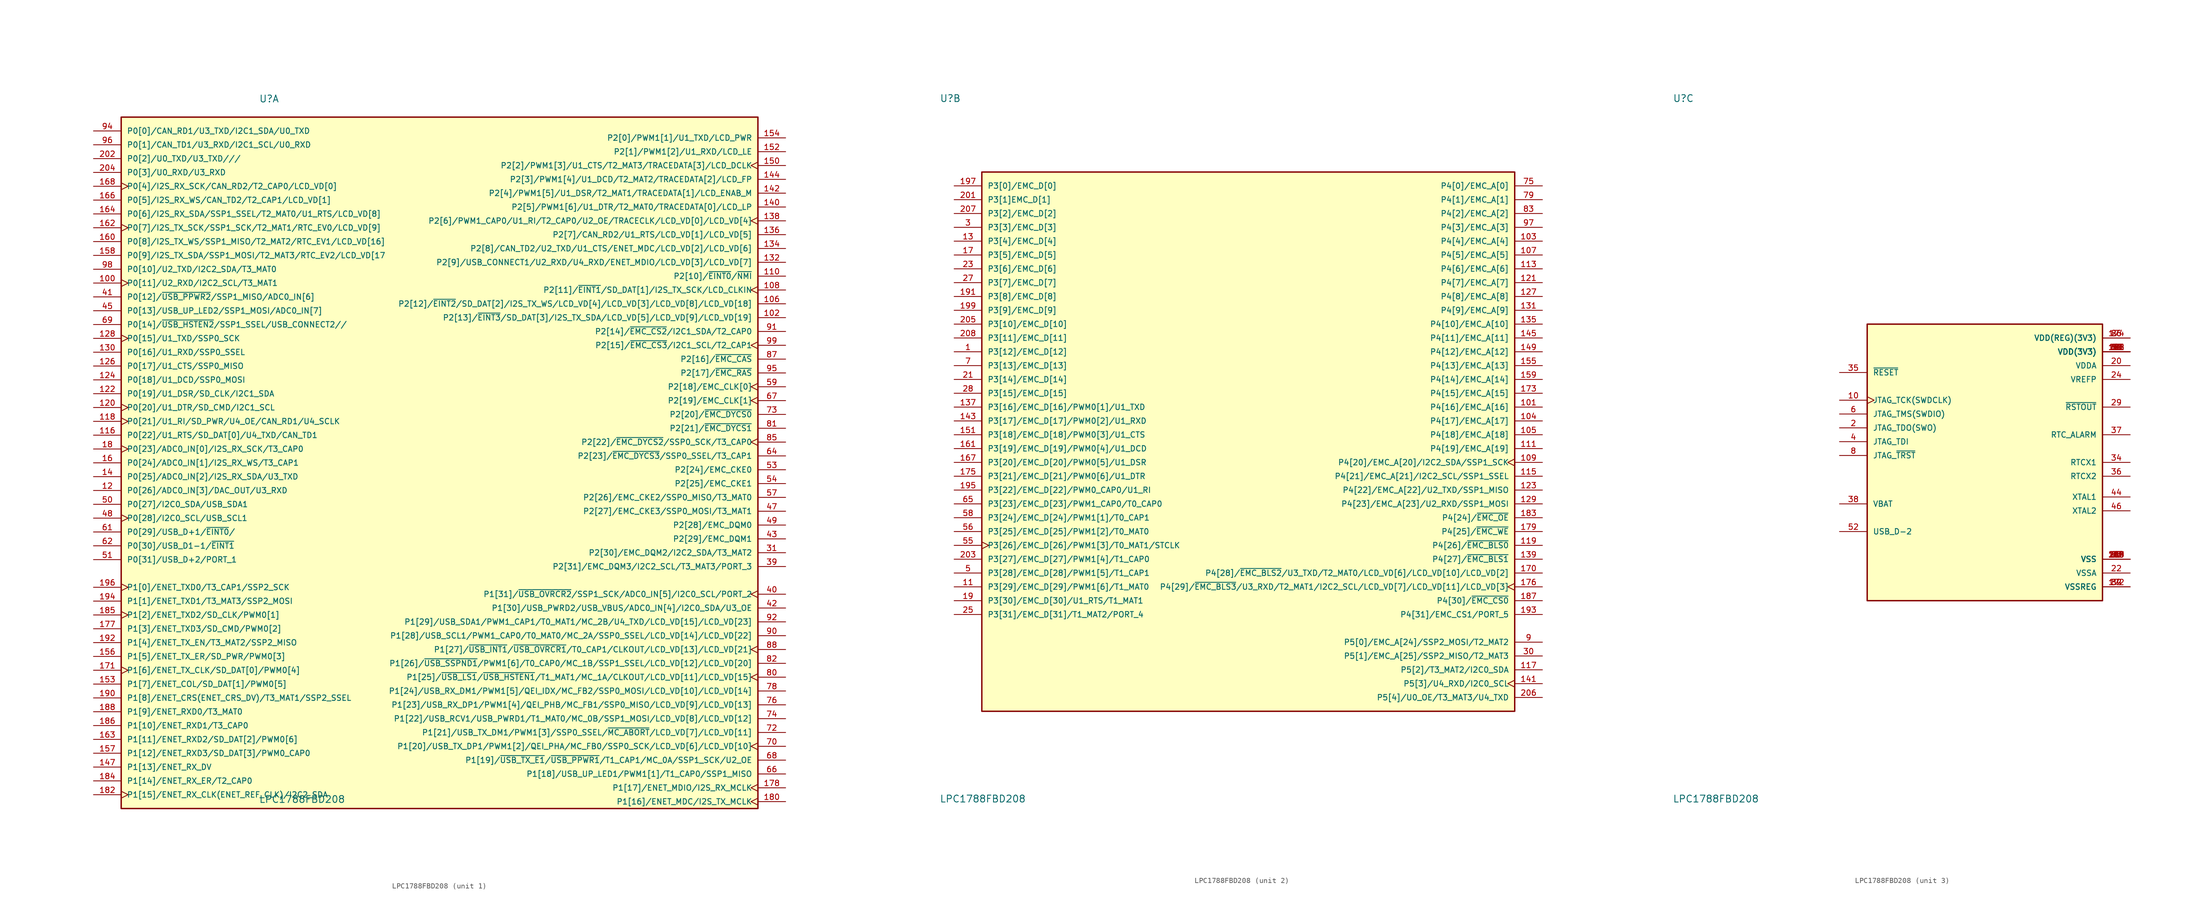
<source format=kicad_sym>
(kicad_symbol_lib
  (version 20231120)
  (generator "kicad_symbol_editor")
  (generator_version "8.0")
  (symbol "LPC1788FBD208"
    (pin_names
      (offset 1.016))
    (property "Reference" "U"
      (at -58.531 64.851 0)
      (effects (font (size 1.27 1.27)) (justify left bottom)))
    (property "Value" "LPC1788FBD208"
      (at -58.549 -62.332 0)
      (effects (font (size 1.27 1.27)) (justify left top)))
    (symbol "LPC1788FBD208_1_0"
      (rectangle (start -83.82 62.23) (end 33.02 -64.77) (stroke (width 0.254) (type default)) (fill (type background)))
      (pin bidirectional clock (at -88.9 31.75 0) (length 5.08) (name "P0[11]/U2_RXD/I2C2_SCL/T3_MAT1" (effects (font (size 1.016 1.016)))) (number "100" (effects (font (size 1.016 1.016)))))
      (pin bidirectional line (at 38.1 25.4 180) (length 5.08) (name "P2[13]/~{EINT3}/SD_DAT[3]/I2S_TX_SDA/LCD_VD[5]/LCD_VD[9]/LCD_VD[19]" (effects (font (size 1.016 1.016)))) (number "102" (effects (font (size 1.016 1.016)))))
      (pin bidirectional line (at 38.1 27.94 180) (length 5.08) (name "P2[12]/~{EINT2}/SD_DAT[2]/I2S_TX_WS/LCD_VD[4]/LCD_VD[3]/LCD_VD[8]/LCD_VD[18]" (effects (font (size 1.016 1.016)))) (number "106" (effects (font (size 1.016 1.016)))))
      (pin bidirectional clock (at 38.1 30.48 180) (length 5.08) (name "P2[11]/~{EINT1}/SD_DAT[1]/I2S_TX_SCK/LCD_CLKIN" (effects (font (size 1.016 1.016)))) (number "108" (effects (font (size 1.016 1.016)))))
      (pin bidirectional line (at 38.1 33.02 180) (length 5.08) (name "P2[10]/~{EINT0}/~{NMI}" (effects (font (size 1.016 1.016)))) (number "110" (effects (font (size 1.016 1.016)))))
      (pin bidirectional line (at -88.9 3.81 0) (length 5.08) (name "P0[22]/U1_RTS/SD_DAT[0]/U4_TXD/CAN_TD1" (effects (font (size 1.016 1.016)))) (number "116" (effects (font (size 1.016 1.016)))))
      (pin bidirectional clock (at -88.9 6.35 0) (length 5.08) (name "P0[21]/U1_RI/SD_PWR/U4_OE/CAN_RD1/U4_SCLK" (effects (font (size 1.016 1.016)))) (number "118" (effects (font (size 1.016 1.016)))))
      (pin bidirectional line (at -88.9 -6.35 0) (length 5.08) (name "P0[26]/ADC0_IN[3]/DAC_OUT/U3_RXD" (effects (font (size 1.016 1.016)))) (number "12" (effects (font (size 1.016 1.016)))))
      (pin bidirectional clock (at -88.9 8.89 0) (length 5.08) (name "P0[20]/U1_DTR/SD_CMD/I2C1_SCL" (effects (font (size 1.016 1.016)))) (number "120" (effects (font (size 1.016 1.016)))))
      (pin bidirectional line (at -88.9 11.43 0) (length 5.08) (name "P0[19]/U1_DSR/SD_CLK/I2C1_SDA" (effects (font (size 1.016 1.016)))) (number "122" (effects (font (size 1.016 1.016)))))
      (pin bidirectional line (at -88.9 13.97 0) (length 5.08) (name "P0[18]/U1_DCD/SSP0_MOSI" (effects (font (size 1.016 1.016)))) (number "124" (effects (font (size 1.016 1.016)))))
      (pin bidirectional line (at -88.9 16.51 0) (length 5.08) (name "P0[17]/U1_CTS/SSP0_MISO" (effects (font (size 1.016 1.016)))) (number "126" (effects (font (size 1.016 1.016)))))
      (pin bidirectional clock (at -88.9 21.59 0) (length 5.08) (name "P0[15]/U1_TXD/SSP0_SCK" (effects (font (size 1.016 1.016)))) (number "128" (effects (font (size 1.016 1.016)))))
      (pin bidirectional line (at -88.9 19.05 0) (length 5.08) (name "P0[16]/U1_RXD/SSP0_SSEL" (effects (font (size 1.016 1.016)))) (number "130" (effects (font (size 1.016 1.016)))))
      (pin bidirectional line (at 38.1 35.56 180) (length 5.08) (name "P2[9]/USB_CONNECT1/U2_RXD/U4_RXD/ENET_MDIO/LCD_VD[3]/LCD_VD[7]" (effects (font (size 1.016 1.016)))) (number "132" (effects (font (size 1.016 1.016)))))
      (pin bidirectional line (at 38.1 38.1 180) (length 5.08) (name "P2[8]/CAN_TD2/U2_TXD/U1_CTS/ENET_MDC/LCD_VD[2]/LCD_VD[6]" (effects (font (size 1.016 1.016)))) (number "134" (effects (font (size 1.016 1.016)))))
      (pin bidirectional line (at 38.1 40.64 180) (length 5.08) (name "P2[7]/CAN_RD2/U1_RTS/LCD_VD[1]/LCD_VD[5]" (effects (font (size 1.016 1.016)))) (number "136" (effects (font (size 1.016 1.016)))))
      (pin bidirectional clock (at 38.1 43.18 180) (length 5.08) (name "P2[6]/PWM1_CAP0/U1_RI/T2_CAP0/U2_OE/TRACECLK/LCD_VD[0]/LCD_VD[4]" (effects (font (size 1.016 1.016)))) (number "138" (effects (font (size 1.016 1.016)))))
      (pin bidirectional line (at -88.9 -3.81 0) (length 5.08) (name "P0[25]/ADC0_IN[2]/I2S_RX_SDA/U3_TXD" (effects (font (size 1.016 1.016)))) (number "14" (effects (font (size 1.016 1.016)))))
      (pin bidirectional line (at 38.1 45.72 180) (length 5.08) (name "P2[5]/PWM1[6]/U1_DTR/T2_MAT0/TRACEDATA[0]/LCD_LP" (effects (font (size 1.016 1.016)))) (number "140" (effects (font (size 1.016 1.016)))))
      (pin bidirectional line (at 38.1 48.26 180) (length 5.08) (name "P2[4]/PWM1[5]/U1_DSR/T2_MAT1/TRACEDATA[1]/LCD_ENAB_M" (effects (font (size 1.016 1.016)))) (number "142" (effects (font (size 1.016 1.016)))))
      (pin bidirectional line (at 38.1 50.8 180) (length 5.08) (name "P2[3]/PWM1[4]/U1_DCD/T2_MAT2/TRACEDATA[2]/LCD_FP" (effects (font (size 1.016 1.016)))) (number "144" (effects (font (size 1.016 1.016)))))
      (pin bidirectional line (at -88.9 -57.15 0) (length 5.08) (name "P1[13]/ENET_RX_DV" (effects (font (size 1.016 1.016)))) (number "147" (effects (font (size 1.016 1.016)))))
      (pin bidirectional clock (at 38.1 53.34 180) (length 5.08) (name "P2[2]/PWM1[3]/U1_CTS/T2_MAT3/TRACEDATA[3]/LCD_DCLK" (effects (font (size 1.016 1.016)))) (number "150" (effects (font (size 1.016 1.016)))))
      (pin bidirectional line (at 38.1 55.88 180) (length 5.08) (name "P2[1]/PWM1[2]/U1_RXD/LCD_LE" (effects (font (size 1.016 1.016)))) (number "152" (effects (font (size 1.016 1.016)))))
      (pin bidirectional line (at -88.9 -41.91 0) (length 5.08) (name "P1[7]/ENET_COL/SD_DAT[1]/PWM0[5]" (effects (font (size 1.016 1.016)))) (number "153" (effects (font (size 1.016 1.016)))))
      (pin bidirectional line (at 38.1 58.42 180) (length 5.08) (name "P2[0]/PWM1[1]/U1_TXD/LCD_PWR" (effects (font (size 1.016 1.016)))) (number "154" (effects (font (size 1.016 1.016)))))
      (pin bidirectional line (at -88.9 -36.83 0) (length 5.08) (name "P1[5]/ENET_TX_ER/SD_PWR/PWM0[3]" (effects (font (size 1.016 1.016)))) (number "156" (effects (font (size 1.016 1.016)))))
      (pin bidirectional line (at -88.9 -54.61 0) (length 5.08) (name "P1[12]/ENET_RXD3/SD_DAT[3]/PWM0_CAP0" (effects (font (size 1.016 1.016)))) (number "157" (effects (font (size 1.016 1.016)))))
      (pin bidirectional line (at -88.9 36.83 0) (length 5.08) (name "P0[9]/I2S_TX_SDA/SSP1_MOSI/T2_MAT3/RTC_EV2/LCD_VD[17" (effects (font (size 1.016 1.016)))) (number "158" (effects (font (size 1.016 1.016)))))
      (pin bidirectional line (at -88.9 -1.27 0) (length 5.08) (name "P0[24]/ADC0_IN[1]/I2S_RX_WS/T3_CAP1" (effects (font (size 1.016 1.016)))) (number "16" (effects (font (size 1.016 1.016)))))
      (pin bidirectional line (at -88.9 39.37 0) (length 5.08) (name "P0[8]/I2S_TX_WS/SSP1_MISO/T2_MAT2/RTC_EV1/LCD_VD[16]" (effects (font (size 1.016 1.016)))) (number "160" (effects (font (size 1.016 1.016)))))
      (pin bidirectional clock (at -88.9 41.91 0) (length 5.08) (name "P0[7]/I2S_TX_SCK/SSP1_SCK/T2_MAT1/RTC_EV0/LCD_VD[9]" (effects (font (size 1.016 1.016)))) (number "162" (effects (font (size 1.016 1.016)))))
      (pin bidirectional line (at -88.9 -52.07 0) (length 5.08) (name "P1[11]/ENET_RXD2/SD_DAT[2]/PWM0[6]" (effects (font (size 1.016 1.016)))) (number "163" (effects (font (size 1.016 1.016)))))
      (pin bidirectional line (at -88.9 44.45 0) (length 5.08) (name "P0[6]/I2S_RX_SDA/SSP1_SSEL/T2_MAT0/U1_RTS/LCD_VD[8]" (effects (font (size 1.016 1.016)))) (number "164" (effects (font (size 1.016 1.016)))))
      (pin bidirectional line (at -88.9 46.99 0) (length 5.08) (name "P0[5]/I2S_RX_WS/CAN_TD2/T2_CAP1/LCD_VD[1]" (effects (font (size 1.016 1.016)))) (number "166" (effects (font (size 1.016 1.016)))))
      (pin bidirectional clock (at -88.9 49.53 0) (length 5.08) (name "P0[4]/I2S_RX_SCK/CAN_RD2/T2_CAP0/LCD_VD[0]" (effects (font (size 1.016 1.016)))) (number "168" (effects (font (size 1.016 1.016)))))
      (pin bidirectional clock (at -88.9 -39.37 0) (length 5.08) (name "P1[6]/ENET_TX_CLK/SD_DAT[0]/PWM0[4]" (effects (font (size 1.016 1.016)))) (number "171" (effects (font (size 1.016 1.016)))))
      (pin bidirectional line (at -88.9 -31.75 0) (length 5.08) (name "P1[3]/ENET_TXD3/SD_CMD/PWM0[2]" (effects (font (size 1.016 1.016)))) (number "177" (effects (font (size 1.016 1.016)))))
      (pin bidirectional clock (at 38.1 -60.96 180) (length 5.08) (name "P1[17]/ENET_MDIO/I2S_RX_MCLK" (effects (font (size 1.016 1.016)))) (number "178" (effects (font (size 1.016 1.016)))))
      (pin bidirectional clock (at -88.9 1.27 0) (length 5.08) (name "P0[23]/ADC0_IN[0]/I2S_RX_SCK/T3_CAP0" (effects (font (size 1.016 1.016)))) (number "18" (effects (font (size 1.016 1.016)))))
      (pin bidirectional clock (at 38.1 -63.5 180) (length 5.08) (name "P1[16]/ENET_MDC/I2S_TX_MCLK" (effects (font (size 1.016 1.016)))) (number "180" (effects (font (size 1.016 1.016)))))
      (pin bidirectional clock (at -88.9 -62.23 0) (length 5.08) (name "P1[15]/ENET_RX_CLK(ENET_REF_CLK)/I2C2_SDA" (effects (font (size 1.016 1.016)))) (number "182" (effects (font (size 1.016 1.016)))))
      (pin bidirectional line (at -88.9 -59.69 0) (length 5.08) (name "P1[14]/ENET_RX_ER/T2_CAP0" (effects (font (size 1.016 1.016)))) (number "184" (effects (font (size 1.016 1.016)))))
      (pin bidirectional clock (at -88.9 -29.21 0) (length 5.08) (name "P1[2]/ENET_TXD2/SD_CLK/PWM0[1]" (effects (font (size 1.016 1.016)))) (number "185" (effects (font (size 1.016 1.016)))))
      (pin bidirectional line (at -88.9 -49.53 0) (length 5.08) (name "P1[10]/ENET_RXD1/T3_CAP0" (effects (font (size 1.016 1.016)))) (number "186" (effects (font (size 1.016 1.016)))))
      (pin bidirectional line (at -88.9 -46.99 0) (length 5.08) (name "P1[9]/ENET_RXD0/T3_MAT0" (effects (font (size 1.016 1.016)))) (number "188" (effects (font (size 1.016 1.016)))))
      (pin bidirectional line (at -88.9 -44.45 0) (length 5.08) (name "P1[8]/ENET_CRS(ENET_CRS_DV)/T3_MAT1/SSP2_SSEL" (effects (font (size 1.016 1.016)))) (number "190" (effects (font (size 1.016 1.016)))))
      (pin bidirectional line (at -88.9 -34.29 0) (length 5.08) (name "P1[4]/ENET_TX_EN/T3_MAT2/SSP2_MISO" (effects (font (size 1.016 1.016)))) (number "192" (effects (font (size 1.016 1.016)))))
      (pin bidirectional line (at -88.9 -26.67 0) (length 5.08) (name "P1[1]/ENET_TXD1/T3_MAT3/SSP2_MOSI" (effects (font (size 1.016 1.016)))) (number "194" (effects (font (size 1.016 1.016)))))
      (pin bidirectional clock (at -88.9 -24.13 0) (length 5.08) (name "P1[0]/ENET_TXD0/T3_CAP1/SSP2_SCK" (effects (font (size 1.016 1.016)))) (number "196" (effects (font (size 1.016 1.016)))))
      (pin bidirectional line (at -88.9 54.61 0) (length 5.08) (name "P0[2]/U0_TXD/U3_TXD///" (effects (font (size 1.016 1.016)))) (number "202" (effects (font (size 1.016 1.016)))))
      (pin bidirectional line (at -88.9 52.07 0) (length 5.08) (name "P0[3]/U0_RXD/U3_RXD" (effects (font (size 1.016 1.016)))) (number "204" (effects (font (size 1.016 1.016)))))
      (pin bidirectional line (at 38.1 -17.78 180) (length 5.08) (name "P2[30]/EMC_DQM2/I2C2_SDA/T3_MAT2" (effects (font (size 1.016 1.016)))) (number "31" (effects (font (size 1.016 1.016)))))
      (pin bidirectional line (at 38.1 -20.32 180) (length 5.08) (name "P2[31]/EMC_DQM3/I2C2_SCL/T3_MAT3/PORT_3" (effects (font (size 1.016 1.016)))) (number "39" (effects (font (size 1.016 1.016)))))
      (pin bidirectional clock (at 38.1 -25.4 180) (length 5.08) (name "P1[31]/~{USB_OVRCR2}/SSP1_SCK/ADC0_IN[5]/I2C0_SCL/PORT_2" (effects (font (size 1.016 1.016)))) (number "40" (effects (font (size 1.016 1.016)))))
      (pin bidirectional line (at -88.9 29.21 0) (length 5.08) (name "P0[12]/~{USB_PPWR2}/SSP1_MISO/ADC0_IN[6]" (effects (font (size 1.016 1.016)))) (number "41" (effects (font (size 1.016 1.016)))))
      (pin bidirectional line (at 38.1 -27.94 180) (length 5.08) (name "P1[30]/USB_PWRD2/USB_VBUS/ADC0_IN[4]/I2C0_SDA/U3_OE" (effects (font (size 1.016 1.016)))) (number "42" (effects (font (size 1.016 1.016)))))
      (pin bidirectional line (at 38.1 -15.24 180) (length 5.08) (name "P2[29]/EMC_DQM1" (effects (font (size 1.016 1.016)))) (number "43" (effects (font (size 1.016 1.016)))))
      (pin bidirectional line (at -88.9 26.67 0) (length 5.08) (name "P0[13]/USB_UP_LED2/SSP1_MOSI/ADC0_IN[7]" (effects (font (size 1.016 1.016)))) (number "45" (effects (font (size 1.016 1.016)))))
      (pin bidirectional line (at 38.1 -10.16 180) (length 5.08) (name "P2[27]/EMC_CKE3/SSP0_MOSI/T3_MAT1" (effects (font (size 1.016 1.016)))) (number "47" (effects (font (size 1.016 1.016)))))
      (pin bidirectional clock (at -88.9 -11.43 0) (length 5.08) (name "P0[28]/I2C0_SCL/USB_SCL1" (effects (font (size 1.016 1.016)))) (number "48" (effects (font (size 1.016 1.016)))))
      (pin bidirectional line (at 38.1 -12.7 180) (length 5.08) (name "P2[28]/EMC_DQM0" (effects (font (size 1.016 1.016)))) (number "49" (effects (font (size 1.016 1.016)))))
      (pin bidirectional line (at -88.9 -8.89 0) (length 5.08) (name "P0[27]/I2C0_SDA/USB_SDA1" (effects (font (size 1.016 1.016)))) (number "50" (effects (font (size 1.016 1.016)))))
      (pin bidirectional line (at -88.9 -19.05 0) (length 5.08) (name "P0[31]/USB_D+2/PORT_1" (effects (font (size 1.016 1.016)))) (number "51" (effects (font (size 1.016 1.016)))))
      (pin bidirectional line (at 38.1 -2.54 180) (length 5.08) (name "P2[24]/EMC_CKE0" (effects (font (size 1.016 1.016)))) (number "53" (effects (font (size 1.016 1.016)))))
      (pin bidirectional line (at 38.1 -5.08 180) (length 5.08) (name "P2[25]/EMC_CKE1" (effects (font (size 1.016 1.016)))) (number "54" (effects (font (size 1.016 1.016)))))
      (pin bidirectional line (at 38.1 -7.62 180) (length 5.08) (name "P2[26]/EMC_CKE2/SSP0_MISO/T3_MAT0" (effects (font (size 1.016 1.016)))) (number "57" (effects (font (size 1.016 1.016)))))
      (pin bidirectional clock (at 38.1 12.7 180) (length 5.08) (name "P2[18]/EMC_CLK[0]" (effects (font (size 1.016 1.016)))) (number "59" (effects (font (size 1.016 1.016)))))
      (pin bidirectional line (at -88.9 -13.97 0) (length 5.08) (name "P0[29]/USB_D+1/~{EINT0}/" (effects (font (size 1.016 1.016)))) (number "61" (effects (font (size 1.016 1.016)))))
      (pin bidirectional line (at -88.9 -16.51 0) (length 5.08) (name "P0[30]/USB_D1-1/~{EINT1}" (effects (font (size 1.016 1.016)))) (number "62" (effects (font (size 1.016 1.016)))))
      (pin bidirectional line (at 38.1 0 180) (length 5.08) (name "P2[23]/~{EMC_DYCS3}/SSP0_SSEL/T3_CAP1" (effects (font (size 1.016 1.016)))) (number "64" (effects (font (size 1.016 1.016)))))
      (pin bidirectional line (at 38.1 -58.42 180) (length 5.08) (name "P1[18]/USB_UP_LED1/PWM1[1]/T1_CAP0/SSP1_MISO" (effects (font (size 1.016 1.016)))) (number "66" (effects (font (size 1.016 1.016)))))
      (pin bidirectional clock (at 38.1 10.16 180) (length 5.08) (name "P2[19]/EMC_CLK[1]" (effects (font (size 1.016 1.016)))) (number "67" (effects (font (size 1.016 1.016)))))
      (pin bidirectional line (at 38.1 -55.88 180) (length 5.08) (name "P1[19]/~{USB_TX_E1}/~{USB_PPWR1}/T1_CAP1/MC_0A/SSP1_SCK/U2_OE" (effects (font (size 1.016 1.016)))) (number "68" (effects (font (size 1.016 1.016)))))
      (pin bidirectional line (at -88.9 24.13 0) (length 5.08) (name "P0[14]/~{USB_HSTEN2}/SSP1_SSEL/USB_CONNECT2//" (effects (font (size 1.016 1.016)))) (number "69" (effects (font (size 1.016 1.016)))))
      (pin bidirectional clock (at 38.1 -53.34 180) (length 5.08) (name "P1[20]/USB_TX_DP1/PWM1[2]/QEI_PHA/MC_FB0/SSP0_SCK/LCD_VD[6]/LCD_VD[10]" (effects (font (size 1.016 1.016)))) (number "70" (effects (font (size 1.016 1.016)))))
      (pin bidirectional line (at 38.1 -50.8 180) (length 5.08) (name "P1[21]/USB_TX_DM1/PWM1[3]/SSP0_SSEL/~{MC_ABORT}/LCD_VD[7]/LCD_VD[11]" (effects (font (size 1.016 1.016)))) (number "72" (effects (font (size 1.016 1.016)))))
      (pin bidirectional line (at 38.1 7.62 180) (length 5.08) (name "P2[20]/~{EMC_DYCS0}" (effects (font (size 1.016 1.016)))) (number "73" (effects (font (size 1.016 1.016)))))
      (pin bidirectional line (at 38.1 -48.26 180) (length 5.08) (name "P1[22]/USB_RCV1/USB_PWRD1/T1_MAT0/MC_0B/SSP1_MOSI/LCD_VD[8]/LCD_VD[12]" (effects (font (size 1.016 1.016)))) (number "74" (effects (font (size 1.016 1.016)))))
      (pin bidirectional line (at 38.1 -45.72 180) (length 5.08) (name "P1[23]/USB_RX_DP1/PWM1[4]/QEI_PHB/MC_FB1/SSP0_MISO/LCD_VD[9]/LCD_VD[13]" (effects (font (size 1.016 1.016)))) (number "76" (effects (font (size 1.016 1.016)))))
      (pin bidirectional line (at 38.1 -43.18 180) (length 5.08) (name "P1[24]/USB_RX_DM1/PWM1[5]/QEI_IDX/MC_FB2/SSP0_MOSI/LCD_VD[10]/LCD_VD[14]" (effects (font (size 1.016 1.016)))) (number "78" (effects (font (size 1.016 1.016)))))
      (pin bidirectional clock (at 38.1 -40.64 180) (length 5.08) (name "P1[25]/~{USB_LS1}/~{USB_HSTEN1}/T1_MAT1/MC_1A/CLKOUT/LCD_VD[11]/LCD_VD[15]" (effects (font (size 1.016 1.016)))) (number "80" (effects (font (size 1.016 1.016)))))
      (pin bidirectional line (at 38.1 5.08 180) (length 5.08) (name "P2[21]/~{EMC_DYCS1}" (effects (font (size 1.016 1.016)))) (number "81" (effects (font (size 1.016 1.016)))))
      (pin bidirectional line (at 38.1 -38.1 180) (length 5.08) (name "P1[26]/~{USB_SSPND1}/PWM1[6]/T0_CAP0/MC_1B/SSP1_SSEL/LCD_VD[12]/LCD_VD[20]" (effects (font (size 1.016 1.016)))) (number "82" (effects (font (size 1.016 1.016)))))
      (pin bidirectional clock (at 38.1 2.54 180) (length 5.08) (name "P2[22]/~{EMC_DYCS2}/SSP0_SCK/T3_CAP0" (effects (font (size 1.016 1.016)))) (number "85" (effects (font (size 1.016 1.016)))))
      (pin bidirectional line (at 38.1 17.78 180) (length 5.08) (name "P2[16]/~{EMC_CAS}" (effects (font (size 1.016 1.016)))) (number "87" (effects (font (size 1.016 1.016)))))
      (pin bidirectional clock (at 38.1 -35.56 180) (length 5.08) (name "P1[27]/~{USB_INT1}/~{USB_OVRCR1}/T0_CAP1/CLKOUT/LCD_VD[13]/LCD_VD[21]" (effects (font (size 1.016 1.016)))) (number "88" (effects (font (size 1.016 1.016)))))
      (pin bidirectional line (at 38.1 -33.02 180) (length 5.08) (name "P1[28]/USB_SCL1/PWM1_CAP0/T0_MAT0/MC_2A/SSP0_SSEL/LCD_VD[14]/LCD_VD[22]" (effects (font (size 1.016 1.016)))) (number "90" (effects (font (size 1.016 1.016)))))
      (pin bidirectional line (at 38.1 22.86 180) (length 5.08) (name "P2[14]/~{EMC_CS2}/I2C1_SDA/T2_CAP0" (effects (font (size 1.016 1.016)))) (number "91" (effects (font (size 1.016 1.016)))))
      (pin bidirectional line (at 38.1 -30.48 180) (length 5.08) (name "P1[29]/USB_SDA1/PWM1_CAP1/T0_MAT1/MC_2B/U4_TXD/LCD_VD[15]/LCD_VD[23]" (effects (font (size 1.016 1.016)))) (number "92" (effects (font (size 1.016 1.016)))))
      (pin bidirectional line (at -88.9 59.69 0) (length 5.08) (name "P0[0]/CAN_RD1/U3_TXD/I2C1_SDA/U0_TXD" (effects (font (size 1.016 1.016)))) (number "94" (effects (font (size 1.016 1.016)))))
      (pin bidirectional line (at 38.1 15.24 180) (length 5.08) (name "P2[17]/~{EMC_RAS}" (effects (font (size 1.016 1.016)))) (number "95" (effects (font (size 1.016 1.016)))))
      (pin bidirectional line (at -88.9 57.15 0) (length 5.08) (name "P0[1]/CAN_TD1/U3_RXD/I2C1_SCL/U0_RXD" (effects (font (size 1.016 1.016)))) (number "96" (effects (font (size 1.016 1.016)))))
      (pin bidirectional line (at -88.9 34.29 0) (length 5.08) (name "P0[10]/U2_TXD/I2C2_SDA/T3_MAT0" (effects (font (size 1.016 1.016)))) (number "98" (effects (font (size 1.016 1.016)))))
      (pin bidirectional clock (at 38.1 20.32 180) (length 5.08) (name "P2[15]/~{EMC_CS3}/I2C1_SCL/T2_CAP1" (effects (font (size 1.016 1.016)))) (number "99" (effects (font (size 1.016 1.016))))))
    (symbol "LPC1788FBD208_2_0"
      (rectangle (start -50.8 52.07) (end 46.99 -46.99) (stroke (width 0.254) (type default)) (fill (type background)))
      (pin bidirectional line (at -55.88 19.05 0) (length 5.08) (name "P3[12]/EMC_D[12]" (effects (font (size 1.016 1.016)))) (number "1" (effects (font (size 1.016 1.016)))))
      (pin bidirectional line (at 52.07 8.89 180) (length 5.08) (name "P4[16]/EMC_A[16]" (effects (font (size 1.016 1.016)))) (number "101" (effects (font (size 1.016 1.016)))))
      (pin bidirectional line (at 52.07 39.37 180) (length 5.08) (name "P4[4]/EMC_A[4]" (effects (font (size 1.016 1.016)))) (number "103" (effects (font (size 1.016 1.016)))))
      (pin bidirectional line (at 52.07 6.35 180) (length 5.08) (name "P4[17]/EMC_A[17]" (effects (font (size 1.016 1.016)))) (number "104" (effects (font (size 1.016 1.016)))))
      (pin bidirectional line (at 52.07 3.81 180) (length 5.08) (name "P4[18]/EMC_A[18]" (effects (font (size 1.016 1.016)))) (number "105" (effects (font (size 1.016 1.016)))))
      (pin bidirectional line (at 52.07 36.83 180) (length 5.08) (name "P4[5]/EMC_A[5]" (effects (font (size 1.016 1.016)))) (number "107" (effects (font (size 1.016 1.016)))))
      (pin bidirectional clock (at 52.07 -1.27 180) (length 5.08) (name "P4[20]/EMC_A[20]/I2C2_SDA/SSP1_SCK" (effects (font (size 1.016 1.016)))) (number "109" (effects (font (size 1.016 1.016)))))
      (pin bidirectional line (at -55.88 -24.13 0) (length 5.08) (name "P3[29]/EMC_D[29]/PWM1[6]/T1_MAT0" (effects (font (size 1.016 1.016)))) (number "11" (effects (font (size 1.016 1.016)))))
      (pin bidirectional line (at 52.07 1.27 180) (length 5.08) (name "P4[19]/EMC_A[19]" (effects (font (size 1.016 1.016)))) (number "111" (effects (font (size 1.016 1.016)))))
      (pin bidirectional line (at 52.07 34.29 180) (length 5.08) (name "P4[6]/EMC_A[6]" (effects (font (size 1.016 1.016)))) (number "113" (effects (font (size 1.016 1.016)))))
      (pin bidirectional line (at 52.07 -3.81 180) (length 5.08) (name "P4[21]/EMC_A[21]/I2C2_SCL/SSP1_SSEL" (effects (font (size 1.016 1.016)))) (number "115" (effects (font (size 1.016 1.016)))))
      (pin bidirectional line (at 52.07 -39.37 180) (length 5.08) (name "P5[2]/T3_MAT2/I2C0_SDA" (effects (font (size 1.016 1.016)))) (number "117" (effects (font (size 1.016 1.016)))))
      (pin bidirectional line (at 52.07 -16.51 180) (length 5.08) (name "P4[26]/~{EMC_BLS0}" (effects (font (size 1.016 1.016)))) (number "119" (effects (font (size 1.016 1.016)))))
      (pin bidirectional line (at 52.07 31.75 180) (length 5.08) (name "P4[7]/EMC_A[7]" (effects (font (size 1.016 1.016)))) (number "121" (effects (font (size 1.016 1.016)))))
      (pin bidirectional line (at 52.07 -6.35 180) (length 5.08) (name "P4[22]/EMC_A[22]/U2_TXD/SSP1_MISO" (effects (font (size 1.016 1.016)))) (number "123" (effects (font (size 1.016 1.016)))))
      (pin bidirectional line (at 52.07 29.21 180) (length 5.08) (name "P4[8]/EMC_A[8]" (effects (font (size 1.016 1.016)))) (number "127" (effects (font (size 1.016 1.016)))))
      (pin bidirectional line (at 52.07 -8.89 180) (length 5.08) (name "P4[23]/EMC_A[23]/U2_RXD/SSP1_MOSI" (effects (font (size 1.016 1.016)))) (number "129" (effects (font (size 1.016 1.016)))))
      (pin bidirectional line (at -55.88 39.37 0) (length 5.08) (name "P3[4]/EMC_D[4]" (effects (font (size 1.016 1.016)))) (number "13" (effects (font (size 1.016 1.016)))))
      (pin bidirectional line (at 52.07 26.67 180) (length 5.08) (name "P4[9]/EMC_A[9]" (effects (font (size 1.016 1.016)))) (number "131" (effects (font (size 1.016 1.016)))))
      (pin bidirectional line (at 52.07 24.13 180) (length 5.08) (name "P4[10]/EMC_A[10]" (effects (font (size 1.016 1.016)))) (number "135" (effects (font (size 1.016 1.016)))))
      (pin bidirectional line (at -55.88 8.89 0) (length 5.08) (name "P3[16]/EMC_D[16]/PWM0[1]/U1_TXD" (effects (font (size 1.016 1.016)))) (number "137" (effects (font (size 1.016 1.016)))))
      (pin bidirectional line (at 52.07 -19.05 180) (length 5.08) (name "P4[27]/~{EMC_BLS1}" (effects (font (size 1.016 1.016)))) (number "139" (effects (font (size 1.016 1.016)))))
      (pin bidirectional clock (at 52.07 -41.91 180) (length 5.08) (name "P5[3]/U4_RXD/I2C0_SCL" (effects (font (size 1.016 1.016)))) (number "141" (effects (font (size 1.016 1.016)))))
      (pin bidirectional line (at -55.88 6.35 0) (length 5.08) (name "P3[17]/EMC_D[17]/PWM0[2]/U1_RXD" (effects (font (size 1.016 1.016)))) (number "143" (effects (font (size 1.016 1.016)))))
      (pin bidirectional line (at 52.07 21.59 180) (length 5.08) (name "P4[11]/EMC_A[11]" (effects (font (size 1.016 1.016)))) (number "145" (effects (font (size 1.016 1.016)))))
      (pin bidirectional line (at 52.07 19.05 180) (length 5.08) (name "P4[12]/EMC_A[12]" (effects (font (size 1.016 1.016)))) (number "149" (effects (font (size 1.016 1.016)))))
      (pin bidirectional line (at -55.88 3.81 0) (length 5.08) (name "P3[18]/EMC_D[18]/PWM0[3]/U1_CTS" (effects (font (size 1.016 1.016)))) (number "151" (effects (font (size 1.016 1.016)))))
      (pin bidirectional line (at 52.07 16.51 180) (length 5.08) (name "P4[13]/EMC_A[13]" (effects (font (size 1.016 1.016)))) (number "155" (effects (font (size 1.016 1.016)))))
      (pin bidirectional line (at 52.07 13.97 180) (length 5.08) (name "P4[14]/EMC_A[14]" (effects (font (size 1.016 1.016)))) (number "159" (effects (font (size 1.016 1.016)))))
      (pin bidirectional line (at -55.88 1.27 0) (length 5.08) (name "P3[19]/EMC_D[19]/PWM0[4]/U1_DCD" (effects (font (size 1.016 1.016)))) (number "161" (effects (font (size 1.016 1.016)))))
      (pin bidirectional line (at -55.88 -1.27 0) (length 5.08) (name "P3[20]/EMC_D[20]/PWM0[5]/U1_DSR" (effects (font (size 1.016 1.016)))) (number "167" (effects (font (size 1.016 1.016)))))
      (pin bidirectional line (at -55.88 36.83 0) (length 5.08) (name "P3[5]/EMC_D[5]" (effects (font (size 1.016 1.016)))) (number "17" (effects (font (size 1.016 1.016)))))
      (pin bidirectional line (at 52.07 -21.59 180) (length 5.08) (name "P4[28]/~{EMC_BLS2}/U3_TXD/T2_MAT0/LCD_VD[6]/LCD_VD[10]/LCD_VD[2]" (effects (font (size 1.016 1.016)))) (number "170" (effects (font (size 1.016 1.016)))))
      (pin bidirectional line (at 52.07 11.43 180) (length 5.08) (name "P4[15]/EMC_A[15]" (effects (font (size 1.016 1.016)))) (number "173" (effects (font (size 1.016 1.016)))))
      (pin bidirectional line (at -55.88 -3.81 0) (length 5.08) (name "P3[21]/EMC_D[21]/PWM0[6]/U1_DTR" (effects (font (size 1.016 1.016)))) (number "175" (effects (font (size 1.016 1.016)))))
      (pin bidirectional clock (at 52.07 -24.13 180) (length 5.08) (name "P4[29]/~{EMC_BLS3}/U3_RXD/T2_MAT1/I2C2_SCL/LCD_VD[7]/LCD_VD[11]/LCD_VD[3]" (effects (font (size 1.016 1.016)))) (number "176" (effects (font (size 1.016 1.016)))))
      (pin bidirectional line (at 52.07 -13.97 180) (length 5.08) (name "P4[25]/~{EMC_WE}" (effects (font (size 1.016 1.016)))) (number "179" (effects (font (size 1.016 1.016)))))
      (pin bidirectional line (at 52.07 -11.43 180) (length 5.08) (name "P4[24]/~{EMC_OE}" (effects (font (size 1.016 1.016)))) (number "183" (effects (font (size 1.016 1.016)))))
      (pin bidirectional line (at 52.07 -26.67 180) (length 5.08) (name "P4[30]/~{EMC_CS0}" (effects (font (size 1.016 1.016)))) (number "187" (effects (font (size 1.016 1.016)))))
      (pin bidirectional line (at -55.88 -26.67 0) (length 5.08) (name "P3[30]/EMC_D[30]/U1_RTS/T1_MAT1" (effects (font (size 1.016 1.016)))) (number "19" (effects (font (size 1.016 1.016)))))
      (pin bidirectional line (at -55.88 29.21 0) (length 5.08) (name "P3[8]/EMC_D[8]" (effects (font (size 1.016 1.016)))) (number "191" (effects (font (size 1.016 1.016)))))
      (pin bidirectional line (at 52.07 -29.21 180) (length 5.08) (name "P4[31]/EMC_CS1/PORT_5" (effects (font (size 1.016 1.016)))) (number "193" (effects (font (size 1.016 1.016)))))
      (pin bidirectional line (at -55.88 -6.35 0) (length 5.08) (name "P3[22]/EMC_D[22]/PWM0_CAP0/U1_RI" (effects (font (size 1.016 1.016)))) (number "195" (effects (font (size 1.016 1.016)))))
      (pin bidirectional line (at -55.88 49.53 0) (length 5.08) (name "P3[0]/EMC_D[0]" (effects (font (size 1.016 1.016)))) (number "197" (effects (font (size 1.016 1.016)))))
      (pin bidirectional line (at -55.88 26.67 0) (length 5.08) (name "P3[9]/EMC_D[9]" (effects (font (size 1.016 1.016)))) (number "199" (effects (font (size 1.016 1.016)))))
      (pin bidirectional line (at -55.88 46.99 0) (length 5.08) (name "P3[1]EMC_D[1]" (effects (font (size 1.016 1.016)))) (number "201" (effects (font (size 1.016 1.016)))))
      (pin bidirectional line (at -55.88 -19.05 0) (length 5.08) (name "P3[27]/EMC_D[27]/PWM1[4]/T1_CAP0" (effects (font (size 1.016 1.016)))) (number "203" (effects (font (size 1.016 1.016)))))
      (pin bidirectional line (at -55.88 24.13 0) (length 5.08) (name "P3[10]/EMC_D[10]" (effects (font (size 1.016 1.016)))) (number "205" (effects (font (size 1.016 1.016)))))
      (pin bidirectional line (at 52.07 -44.45 180) (length 5.08) (name "P5[4]/U0_OE/T3_MAT3/U4_TXD" (effects (font (size 1.016 1.016)))) (number "206" (effects (font (size 1.016 1.016)))))
      (pin bidirectional line (at -55.88 44.45 0) (length 5.08) (name "P3[2]/EMC_D[2]" (effects (font (size 1.016 1.016)))) (number "207" (effects (font (size 1.016 1.016)))))
      (pin bidirectional line (at -55.88 21.59 0) (length 5.08) (name "P3[11]/EMC_D[11]" (effects (font (size 1.016 1.016)))) (number "208" (effects (font (size 1.016 1.016)))))
      (pin bidirectional line (at -55.88 13.97 0) (length 5.08) (name "P3[14]/EMC_D[14]" (effects (font (size 1.016 1.016)))) (number "21" (effects (font (size 1.016 1.016)))))
      (pin bidirectional line (at -55.88 34.29 0) (length 5.08) (name "P3[6]/EMC_D[6]" (effects (font (size 1.016 1.016)))) (number "23" (effects (font (size 1.016 1.016)))))
      (pin bidirectional line (at -55.88 -29.21 0) (length 5.08) (name "P3[31]/EMC_D[31]/T1_MAT2/PORT_4" (effects (font (size 1.016 1.016)))) (number "25" (effects (font (size 1.016 1.016)))))
      (pin bidirectional line (at -55.88 31.75 0) (length 5.08) (name "P3[7]/EMC_D[7]" (effects (font (size 1.016 1.016)))) (number "27" (effects (font (size 1.016 1.016)))))
      (pin bidirectional line (at -55.88 11.43 0) (length 5.08) (name "P3[15]/EMC_D[15]" (effects (font (size 1.016 1.016)))) (number "28" (effects (font (size 1.016 1.016)))))
      (pin bidirectional line (at -55.88 41.91 0) (length 5.08) (name "P3[3]/EMC_D[3]" (effects (font (size 1.016 1.016)))) (number "3" (effects (font (size 1.016 1.016)))))
      (pin bidirectional line (at 52.07 -36.83 180) (length 5.08) (name "P5[1]/EMC_A[25]/SSP2_MISO/T2_MAT3" (effects (font (size 1.016 1.016)))) (number "30" (effects (font (size 1.016 1.016)))))
      (pin bidirectional line (at -55.88 -21.59 0) (length 5.08) (name "P3[28]/EMC_D[28]/PWM1[5]/T1_CAP1" (effects (font (size 1.016 1.016)))) (number "5" (effects (font (size 1.016 1.016)))))
      (pin bidirectional clock (at -55.88 -16.51 0) (length 5.08) (name "P3[26]/EMC_D[26]/PWM1[3]/T0_MAT1/STCLK" (effects (font (size 1.016 1.016)))) (number "55" (effects (font (size 1.016 1.016)))))
      (pin bidirectional line (at -55.88 -13.97 0) (length 5.08) (name "P3[25]/EMC_D[25]/PWM1[2]/T0_MAT0" (effects (font (size 1.016 1.016)))) (number "56" (effects (font (size 1.016 1.016)))))
      (pin bidirectional line (at -55.88 -11.43 0) (length 5.08) (name "P3[24]/EMC_D[24]/PWM1[1]/T0_CAP1" (effects (font (size 1.016 1.016)))) (number "58" (effects (font (size 1.016 1.016)))))
      (pin bidirectional line (at -55.88 -8.89 0) (length 5.08) (name "P3[23]/EMC_D[23]/PWM1_CAP0/T0_CAP0" (effects (font (size 1.016 1.016)))) (number "65" (effects (font (size 1.016 1.016)))))
      (pin bidirectional line (at -55.88 16.51 0) (length 5.08) (name "P3[13]/EMC_D[13]" (effects (font (size 1.016 1.016)))) (number "7" (effects (font (size 1.016 1.016)))))
      (pin bidirectional line (at 52.07 49.53 180) (length 5.08) (name "P4[0]/EMC_A[0]" (effects (font (size 1.016 1.016)))) (number "75" (effects (font (size 1.016 1.016)))))
      (pin bidirectional line (at 52.07 46.99 180) (length 5.08) (name "P4[1]/EMC_A[1]" (effects (font (size 1.016 1.016)))) (number "79" (effects (font (size 1.016 1.016)))))
      (pin bidirectional line (at 52.07 44.45 180) (length 5.08) (name "P4[2]/EMC_A[2]" (effects (font (size 1.016 1.016)))) (number "83" (effects (font (size 1.016 1.016)))))
      (pin bidirectional line (at 52.07 -34.29 180) (length 5.08) (name "P5[0]/EMC_A[24]/SSP2_MOSI/T2_MAT2" (effects (font (size 1.016 1.016)))) (number "9" (effects (font (size 1.016 1.016)))))
      (pin bidirectional line (at 52.07 41.91 180) (length 5.08) (name "P4[3]/EMC_A[3]" (effects (font (size 1.016 1.016)))) (number "97" (effects (font (size 1.016 1.016))))))
    (symbol "LPC1788FBD208_3_0"
      (rectangle (start -22.86 24.13) (end 20.32 -26.67) (stroke (width 0.254) (type default)) (fill (type background)))
      (pin input clock (at -27.94 10.16 0) (length 5.08) (name "JTAG_TCK(SWDCLK)" (effects (font (size 1.016 1.016)))) (number "10" (effects (font (size 1.016 1.016)))))
      (pin power_in line (at 25.4 19.05 180) (length 5.08) (name "VDD(3V3)" (effects (font (size 1.016 1.016)))) (number "112" (effects (font (size 1.016 1.016)))))
      (pin power_in line (at 25.4 -19.05 180) (length 5.08) (name "VSS" (effects (font (size 1.016 1.016)))) (number "114" (effects (font (size 1.016 1.016)))))
      (pin power_in line (at 25.4 19.05 180) (length 5.08) (name "VDD(3V3)" (effects (font (size 1.016 1.016)))) (number "125" (effects (font (size 1.016 1.016)))))
      (pin power_in line (at 25.4 -19.05 180) (length 5.08) (name "VSS" (effects (font (size 1.016 1.016)))) (number "133" (effects (font (size 1.016 1.016)))))
      (pin power_in line (at 25.4 19.05 180) (length 5.08) (name "VDD(3V3)" (effects (font (size 1.016 1.016)))) (number "146" (effects (font (size 1.016 1.016)))))
      (pin power_in line (at 25.4 -19.05 180) (length 5.08) (name "VSS" (effects (font (size 1.016 1.016)))) (number "148" (effects (font (size 1.016 1.016)))))
      (pin power_in line (at 25.4 19.05 180) (length 5.08) (name "VDD(3V3)" (effects (font (size 1.016 1.016)))) (number "15" (effects (font (size 1.016 1.016)))))
      (pin power_in line (at 25.4 19.05 180) (length 5.08) (name "VDD(3V3)" (effects (font (size 1.016 1.016)))) (number "165" (effects (font (size 1.016 1.016)))))
      (pin power_in line (at 25.4 -19.05 180) (length 5.08) (name "VSS" (effects (font (size 1.016 1.016)))) (number "169" (effects (font (size 1.016 1.016)))))
      (pin power_in line (at 25.4 -24.13 180) (length 5.08) (name "VSSREG" (effects (font (size 1.016 1.016)))) (number "172" (effects (font (size 1.016 1.016)))))
      (pin power_in line (at 25.4 21.59 180) (length 5.08) (name "VDD(REG)(3V3)" (effects (font (size 1.016 1.016)))) (number "174" (effects (font (size 1.016 1.016)))))
      (pin power_in line (at 25.4 19.05 180) (length 5.08) (name "VDD(3V3)" (effects (font (size 1.016 1.016)))) (number "181" (effects (font (size 1.016 1.016)))))
      (pin power_in line (at 25.4 -19.05 180) (length 5.08) (name "VSS" (effects (font (size 1.016 1.016)))) (number "189" (effects (font (size 1.016 1.016)))))
      (pin power_in line (at 25.4 19.05 180) (length 5.08) (name "VDD(3V3)" (effects (font (size 1.016 1.016)))) (number "198" (effects (font (size 1.016 1.016)))))
      (pin output line (at -27.94 5.08 0) (length 5.08) (name "JTAG_TDO(SWO)" (effects (font (size 1.016 1.016)))) (number "2" (effects (font (size 1.016 1.016)))))
      (pin power_in line (at 25.4 16.51 180) (length 5.08) (name "VDDA" (effects (font (size 1.016 1.016)))) (number "20" (effects (font (size 1.016 1.016)))))
      (pin power_in line (at 25.4 -19.05 180) (length 5.08) (name "VSS" (effects (font (size 1.016 1.016)))) (number "200" (effects (font (size 1.016 1.016)))))
      (pin power_in line (at 25.4 -21.59 180) (length 5.08) (name "VSSA" (effects (font (size 1.016 1.016)))) (number "22" (effects (font (size 1.016 1.016)))))
      (pin power_in line (at 25.4 13.97 180) (length 5.08) (name "VREFP" (effects (font (size 1.016 1.016)))) (number "24" (effects (font (size 1.016 1.016)))))
      (pin power_in line (at 25.4 21.59 180) (length 5.08) (name "VDD(REG)(3V3)" (effects (font (size 1.016 1.016)))) (number "26" (effects (font (size 1.016 1.016)))))
      (pin output line (at 25.4 8.89 180) (length 5.08) (name "~{RSTOUT}" (effects (font (size 1.016 1.016)))) (number "29" (effects (font (size 1.016 1.016)))))
      (pin power_in line (at 25.4 -24.13 180) (length 5.08) (name "VSSREG" (effects (font (size 1.016 1.016)))) (number "32" (effects (font (size 1.016 1.016)))))
      (pin power_in line (at 25.4 -19.05 180) (length 5.08) (name "VSS" (effects (font (size 1.016 1.016)))) (number "33" (effects (font (size 1.016 1.016)))))
      (pin input line (at 25.4 -1.27 180) (length 5.08) (name "RTCX1" (effects (font (size 1.016 1.016)))) (number "34" (effects (font (size 1.016 1.016)))))
      (pin input line (at -27.94 15.24 0) (length 5.08) (name "~{RESET}" (effects (font (size 1.016 1.016)))) (number "35" (effects (font (size 1.016 1.016)))))
      (pin output line (at 25.4 -3.81 180) (length 5.08) (name "RTCX2" (effects (font (size 1.016 1.016)))) (number "36" (effects (font (size 1.016 1.016)))))
      (pin output line (at 25.4 3.81 180) (length 5.08) (name "RTC_ALARM" (effects (font (size 1.016 1.016)))) (number "37" (effects (font (size 1.016 1.016)))))
      (pin input line (at -27.94 -8.89 0) (length 5.08) (name "VBAT" (effects (font (size 1.016 1.016)))) (number "38" (effects (font (size 1.016 1.016)))))
      (pin input line (at -27.94 2.54 0) (length 5.08) (name "JTAG_TDI" (effects (font (size 1.016 1.016)))) (number "4" (effects (font (size 1.016 1.016)))))
      (pin input line (at 25.4 -7.62 180) (length 5.08) (name "XTAL1" (effects (font (size 1.016 1.016)))) (number "44" (effects (font (size 1.016 1.016)))))
      (pin output line (at 25.4 -10.16 180) (length 5.08) (name "XTAL2" (effects (font (size 1.016 1.016)))) (number "46" (effects (font (size 1.016 1.016)))))
      (pin bidirectional line (at -27.94 -13.97 0) (length 5.08) (name "USB_D-2" (effects (font (size 1.016 1.016)))) (number "52" (effects (font (size 1.016 1.016)))))
      (pin input line (at -27.94 7.62 0) (length 5.08) (name "JTAG_TMS(SWDIO)" (effects (font (size 1.016 1.016)))) (number "6" (effects (font (size 1.016 1.016)))))
      (pin power_in line (at 25.4 19.05 180) (length 5.08) (name "VDD(3V3)" (effects (font (size 1.016 1.016)))) (number "60" (effects (font (size 1.016 1.016)))))
      (pin power_in line (at 25.4 -19.05 180) (length 5.08) (name "VSS" (effects (font (size 1.016 1.016)))) (number "63" (effects (font (size 1.016 1.016)))))
      (pin power_in line (at 25.4 19.05 180) (length 5.08) (name "VDD(3V3)" (effects (font (size 1.016 1.016)))) (number "71" (effects (font (size 1.016 1.016)))))
      (pin power_in line (at 25.4 -19.05 180) (length 5.08) (name "VSS" (effects (font (size 1.016 1.016)))) (number "77" (effects (font (size 1.016 1.016)))))
      (pin input line (at -27.94 0 0) (length 5.08) (name "JTAG_~{TRST}" (effects (font (size 1.016 1.016)))) (number "8" (effects (font (size 1.016 1.016)))))
      (pin power_in line (at 25.4 -24.13 180) (length 5.08) (name "VSSREG" (effects (font (size 1.016 1.016)))) (number "84" (effects (font (size 1.016 1.016)))))
      (pin power_in line (at 25.4 21.59 180) (length 5.08) (name "VDD(REG)(3V3)" (effects (font (size 1.016 1.016)))) (number "86" (effects (font (size 1.016 1.016)))))
      (pin power_in line (at 25.4 19.05 180) (length 5.08) (name "VDD(3V3)" (effects (font (size 1.016 1.016)))) (number "89" (effects (font (size 1.016 1.016)))))
      (pin power_in line (at 25.4 -19.05 180) (length 5.08) (name "VSS" (effects (font (size 1.016 1.016)))) (number "93" (effects (font (size 1.016 1.016))))))))
</source>
